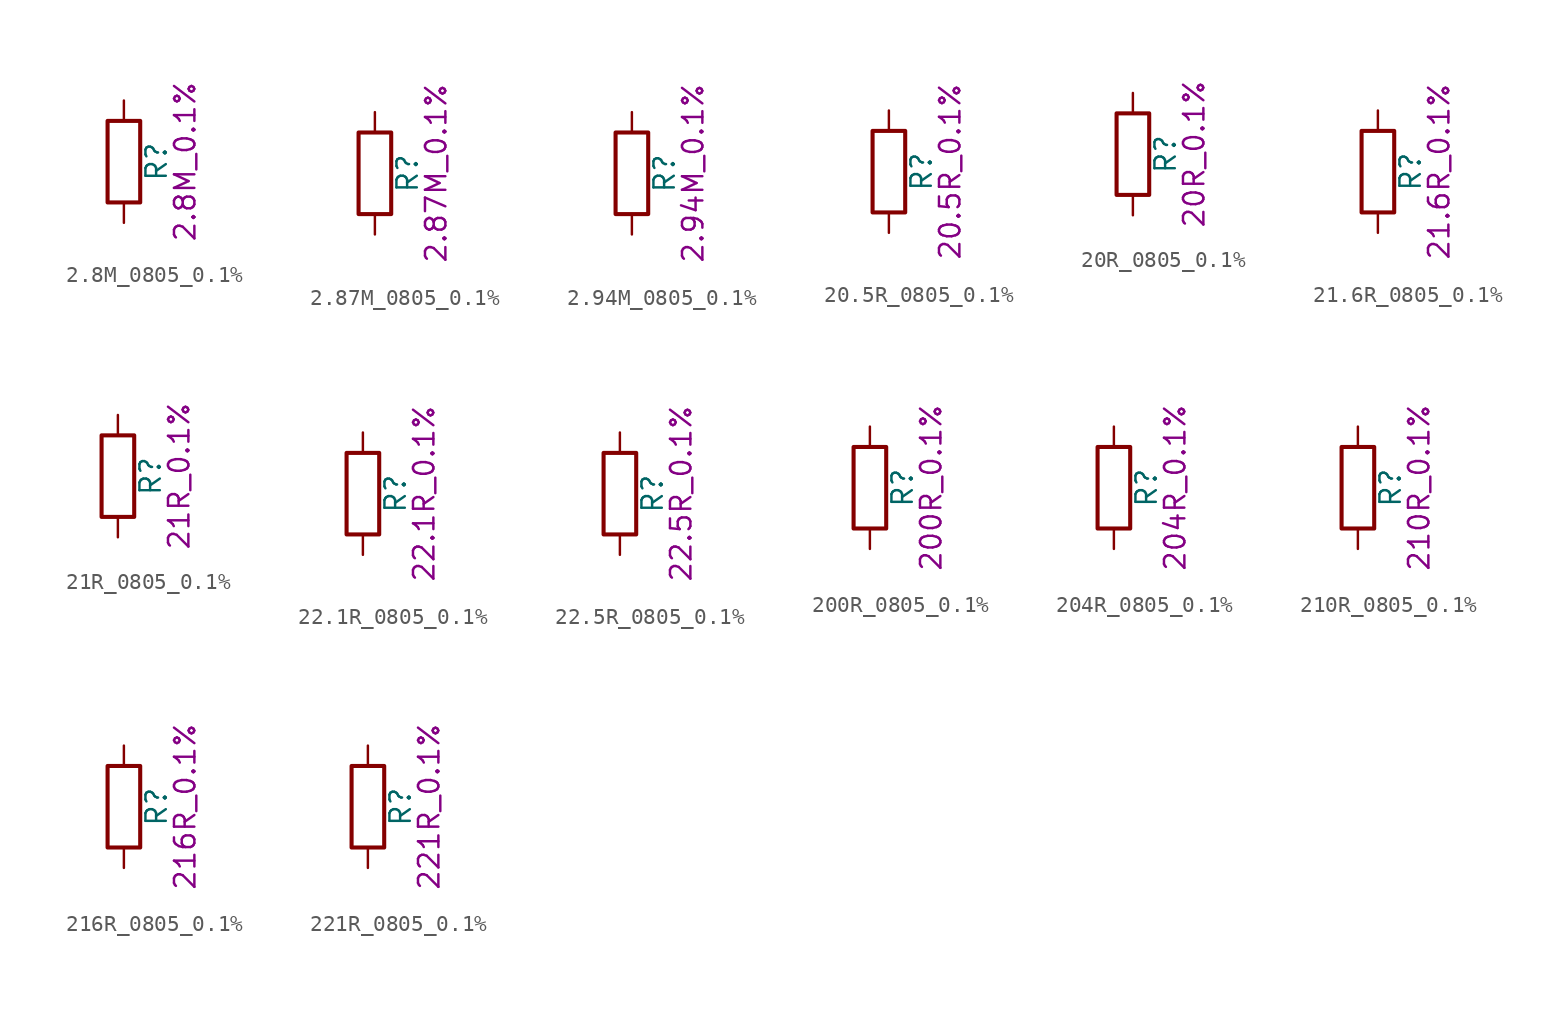
<source format=kicad_sym>
(kicad_symbol_lib
  (version 20211014)
  (generator kicad_symbol_editor)
  (symbol "2.8M_0805_0.1%"
    (pin_numbers hide)
    (pin_names
      (offset 0))
    (property "Reference" "R"
      (at 2.032 0 90)
      (effects (font (size 1.27 1.27))))
    (property "Display" "2.8M_0.1%"
      (at 3.81 0 90)
      (effects (font (size 1.27 1.27))))
    (symbol "2.8M_0805_0.1%_0_1"
      (rectangle (start -1.016 -2.54) (end 1.016 2.54) (stroke (width 0.254) (type default) (color 0 0 0 0)) (fill (type none))))
    (symbol "2.8M_0805_0.1%_1_1"
      (pin passive line (at 0 3.81 270) (length 1.27) (name "~" (effects (font (size 1.27 1.27)))) (number "1" (effects (font (size 1.27 1.27)))))
      (pin passive line (at 0 -3.81 90) (length 1.27) (name "~" (effects (font (size 1.27 1.27)))) (number "2" (effects (font (size 1.27 1.27)))))))
  (symbol "2.87M_0805_0.1%"
    (pin_numbers hide)
    (pin_names
      (offset 0))
    (property "Reference" "R"
      (at 2.032 0 90)
      (effects (font (size 1.27 1.27))))
    (property "Display" "2.87M_0.1%"
      (at 3.81 0 90)
      (effects (font (size 1.27 1.27))))
    (symbol "2.87M_0805_0.1%_0_1"
      (rectangle (start -1.016 -2.54) (end 1.016 2.54) (stroke (width 0.254) (type default) (color 0 0 0 0)) (fill (type none))))
    (symbol "2.87M_0805_0.1%_1_1"
      (pin passive line (at 0 3.81 270) (length 1.27) (name "~" (effects (font (size 1.27 1.27)))) (number "1" (effects (font (size 1.27 1.27)))))
      (pin passive line (at 0 -3.81 90) (length 1.27) (name "~" (effects (font (size 1.27 1.27)))) (number "2" (effects (font (size 1.27 1.27)))))))
  (symbol "2.94M_0805_0.1%"
    (pin_numbers hide)
    (pin_names
      (offset 0))
    (property "Reference" "R"
      (at 2.032 0 90)
      (effects (font (size 1.27 1.27))))
    (property "Display" "2.94M_0.1%"
      (at 3.81 0 90)
      (effects (font (size 1.27 1.27))))
    (symbol "2.94M_0805_0.1%_0_1"
      (rectangle (start -1.016 -2.54) (end 1.016 2.54) (stroke (width 0.254) (type default) (color 0 0 0 0)) (fill (type none))))
    (symbol "2.94M_0805_0.1%_1_1"
      (pin passive line (at 0 3.81 270) (length 1.27) (name "~" (effects (font (size 1.27 1.27)))) (number "1" (effects (font (size 1.27 1.27)))))
      (pin passive line (at 0 -3.81 90) (length 1.27) (name "~" (effects (font (size 1.27 1.27)))) (number "2" (effects (font (size 1.27 1.27)))))))
  (symbol "20.5R_0805_0.1%"
    (pin_numbers hide)
    (pin_names
      (offset 0))
    (property "Reference" "R"
      (at 2.032 0 90)
      (effects (font (size 1.27 1.27))))
    (property "Display" "20.5R_0.1%"
      (at 3.81 0 90)
      (effects (font (size 1.27 1.27))))
    (symbol "20.5R_0805_0.1%_0_1"
      (rectangle (start -1.016 -2.54) (end 1.016 2.54) (stroke (width 0.254) (type default) (color 0 0 0 0)) (fill (type none))))
    (symbol "20.5R_0805_0.1%_1_1"
      (pin passive line (at 0 3.81 270) (length 1.27) (name "~" (effects (font (size 1.27 1.27)))) (number "1" (effects (font (size 1.27 1.27)))))
      (pin passive line (at 0 -3.81 90) (length 1.27) (name "~" (effects (font (size 1.27 1.27)))) (number "2" (effects (font (size 1.27 1.27)))))))
  (symbol "20R_0805_0.1%"
    (pin_numbers hide)
    (pin_names
      (offset 0))
    (property "Reference" "R"
      (at 2.032 0 90)
      (effects (font (size 1.27 1.27))))
    (property "Display" "20R_0.1%"
      (at 3.81 0 90)
      (effects (font (size 1.27 1.27))))
    (symbol "20R_0805_0.1%_0_1"
      (rectangle (start -1.016 -2.54) (end 1.016 2.54) (stroke (width 0.254) (type default) (color 0 0 0 0)) (fill (type none))))
    (symbol "20R_0805_0.1%_1_1"
      (pin passive line (at 0 3.81 270) (length 1.27) (name "~" (effects (font (size 1.27 1.27)))) (number "1" (effects (font (size 1.27 1.27)))))
      (pin passive line (at 0 -3.81 90) (length 1.27) (name "~" (effects (font (size 1.27 1.27)))) (number "2" (effects (font (size 1.27 1.27)))))))
  (symbol "21.6R_0805_0.1%"
    (pin_numbers hide)
    (pin_names
      (offset 0))
    (property "Reference" "R"
      (at 2.032 0 90)
      (effects (font (size 1.27 1.27))))
    (property "Display" "21.6R_0.1%"
      (at 3.81 0 90)
      (effects (font (size 1.27 1.27))))
    (symbol "21.6R_0805_0.1%_0_1"
      (rectangle (start -1.016 -2.54) (end 1.016 2.54) (stroke (width 0.254) (type default) (color 0 0 0 0)) (fill (type none))))
    (symbol "21.6R_0805_0.1%_1_1"
      (pin passive line (at 0 3.81 270) (length 1.27) (name "~" (effects (font (size 1.27 1.27)))) (number "1" (effects (font (size 1.27 1.27)))))
      (pin passive line (at 0 -3.81 90) (length 1.27) (name "~" (effects (font (size 1.27 1.27)))) (number "2" (effects (font (size 1.27 1.27)))))))
  (symbol "21R_0805_0.1%"
    (pin_numbers hide)
    (pin_names
      (offset 0))
    (property "Reference" "R"
      (at 2.032 0 90)
      (effects (font (size 1.27 1.27))))
    (property "Display" "21R_0.1%"
      (at 3.81 0 90)
      (effects (font (size 1.27 1.27))))
    (symbol "21R_0805_0.1%_0_1"
      (rectangle (start -1.016 -2.54) (end 1.016 2.54) (stroke (width 0.254) (type default) (color 0 0 0 0)) (fill (type none))))
    (symbol "21R_0805_0.1%_1_1"
      (pin passive line (at 0 3.81 270) (length 1.27) (name "~" (effects (font (size 1.27 1.27)))) (number "1" (effects (font (size 1.27 1.27)))))
      (pin passive line (at 0 -3.81 90) (length 1.27) (name "~" (effects (font (size 1.27 1.27)))) (number "2" (effects (font (size 1.27 1.27)))))))
  (symbol "22.1R_0805_0.1%"
    (pin_numbers hide)
    (pin_names
      (offset 0))
    (property "Reference" "R"
      (at 2.032 0 90)
      (effects (font (size 1.27 1.27))))
    (property "Display" "22.1R_0.1%"
      (at 3.81 0 90)
      (effects (font (size 1.27 1.27))))
    (symbol "22.1R_0805_0.1%_0_1"
      (rectangle (start -1.016 -2.54) (end 1.016 2.54) (stroke (width 0.254) (type default) (color 0 0 0 0)) (fill (type none))))
    (symbol "22.1R_0805_0.1%_1_1"
      (pin passive line (at 0 3.81 270) (length 1.27) (name "~" (effects (font (size 1.27 1.27)))) (number "1" (effects (font (size 1.27 1.27)))))
      (pin passive line (at 0 -3.81 90) (length 1.27) (name "~" (effects (font (size 1.27 1.27)))) (number "2" (effects (font (size 1.27 1.27)))))))
  (symbol "22.5R_0805_0.1%"
    (pin_numbers hide)
    (pin_names
      (offset 0))
    (property "Reference" "R"
      (at 2.032 0 90)
      (effects (font (size 1.27 1.27))))
    (property "Display" "22.5R_0.1%"
      (at 3.81 0 90)
      (effects (font (size 1.27 1.27))))
    (symbol "22.5R_0805_0.1%_0_1"
      (rectangle (start -1.016 -2.54) (end 1.016 2.54) (stroke (width 0.254) (type default) (color 0 0 0 0)) (fill (type none))))
    (symbol "22.5R_0805_0.1%_1_1"
      (pin passive line (at 0 3.81 270) (length 1.27) (name "~" (effects (font (size 1.27 1.27)))) (number "1" (effects (font (size 1.27 1.27)))))
      (pin passive line (at 0 -3.81 90) (length 1.27) (name "~" (effects (font (size 1.27 1.27)))) (number "2" (effects (font (size 1.27 1.27)))))))
  (symbol "200R_0805_0.1%"
    (pin_numbers hide)
    (pin_names
      (offset 0))
    (property "Reference" "R"
      (at 2.032 0 90)
      (effects (font (size 1.27 1.27))))
    (property "Display" "200R_0.1%"
      (at 3.81 0 90)
      (effects (font (size 1.27 1.27))))
    (symbol "200R_0805_0.1%_0_1"
      (rectangle (start -1.016 -2.54) (end 1.016 2.54) (stroke (width 0.254) (type default) (color 0 0 0 0)) (fill (type none))))
    (symbol "200R_0805_0.1%_1_1"
      (pin passive line (at 0 3.81 270) (length 1.27) (name "~" (effects (font (size 1.27 1.27)))) (number "1" (effects (font (size 1.27 1.27)))))
      (pin passive line (at 0 -3.81 90) (length 1.27) (name "~" (effects (font (size 1.27 1.27)))) (number "2" (effects (font (size 1.27 1.27)))))))
  (symbol "204R_0805_0.1%"
    (pin_numbers hide)
    (pin_names
      (offset 0))
    (property "Reference" "R"
      (at 2.032 0 90)
      (effects (font (size 1.27 1.27))))
    (property "Display" "204R_0.1%"
      (at 3.81 0 90)
      (effects (font (size 1.27 1.27))))
    (symbol "204R_0805_0.1%_0_1"
      (rectangle (start -1.016 -2.54) (end 1.016 2.54) (stroke (width 0.254) (type default) (color 0 0 0 0)) (fill (type none))))
    (symbol "204R_0805_0.1%_1_1"
      (pin passive line (at 0 3.81 270) (length 1.27) (name "~" (effects (font (size 1.27 1.27)))) (number "1" (effects (font (size 1.27 1.27)))))
      (pin passive line (at 0 -3.81 90) (length 1.27) (name "~" (effects (font (size 1.27 1.27)))) (number "2" (effects (font (size 1.27 1.27)))))))
  (symbol "210R_0805_0.1%"
    (pin_numbers hide)
    (pin_names
      (offset 0))
    (property "Reference" "R"
      (at 2.032 0 90)
      (effects (font (size 1.27 1.27))))
    (property "Display" "210R_0.1%"
      (at 3.81 0 90)
      (effects (font (size 1.27 1.27))))
    (symbol "210R_0805_0.1%_0_1"
      (rectangle (start -1.016 -2.54) (end 1.016 2.54) (stroke (width 0.254) (type default) (color 0 0 0 0)) (fill (type none))))
    (symbol "210R_0805_0.1%_1_1"
      (pin passive line (at 0 3.81 270) (length 1.27) (name "~" (effects (font (size 1.27 1.27)))) (number "1" (effects (font (size 1.27 1.27)))))
      (pin passive line (at 0 -3.81 90) (length 1.27) (name "~" (effects (font (size 1.27 1.27)))) (number "2" (effects (font (size 1.27 1.27)))))))
  (symbol "216R_0805_0.1%"
    (pin_numbers hide)
    (pin_names
      (offset 0))
    (property "Reference" "R"
      (at 2.032 0 90)
      (effects (font (size 1.27 1.27))))
    (property "Display" "216R_0.1%"
      (at 3.81 0 90)
      (effects (font (size 1.27 1.27))))
    (symbol "216R_0805_0.1%_0_1"
      (rectangle (start -1.016 -2.54) (end 1.016 2.54) (stroke (width 0.254) (type default) (color 0 0 0 0)) (fill (type none))))
    (symbol "216R_0805_0.1%_1_1"
      (pin passive line (at 0 3.81 270) (length 1.27) (name "~" (effects (font (size 1.27 1.27)))) (number "1" (effects (font (size 1.27 1.27)))))
      (pin passive line (at 0 -3.81 90) (length 1.27) (name "~" (effects (font (size 1.27 1.27)))) (number "2" (effects (font (size 1.27 1.27)))))))
  (symbol "221R_0805_0.1%"
    (pin_numbers hide)
    (pin_names
      (offset 0))
    (property "Reference" "R"
      (at 2.032 0 90)
      (effects (font (size 1.27 1.27))))
    (property "Display" "221R_0.1%"
      (at 3.81 0 90)
      (effects (font (size 1.27 1.27))))
    (symbol "221R_0805_0.1%_0_1"
      (rectangle (start -1.016 -2.54) (end 1.016 2.54) (stroke (width 0.254) (type default) (color 0 0 0 0)) (fill (type none))))
    (symbol "221R_0805_0.1%_1_1"
      (pin passive line (at 0 3.81 270) (length 1.27) (name "~" (effects (font (size 1.27 1.27)))) (number "1" (effects (font (size 1.27 1.27)))))
      (pin passive line (at 0 -3.81 90) (length 1.27) (name "~" (effects (font (size 1.27 1.27)))) (number "2" (effects (font (size 1.27 1.27))))))))
</source>
